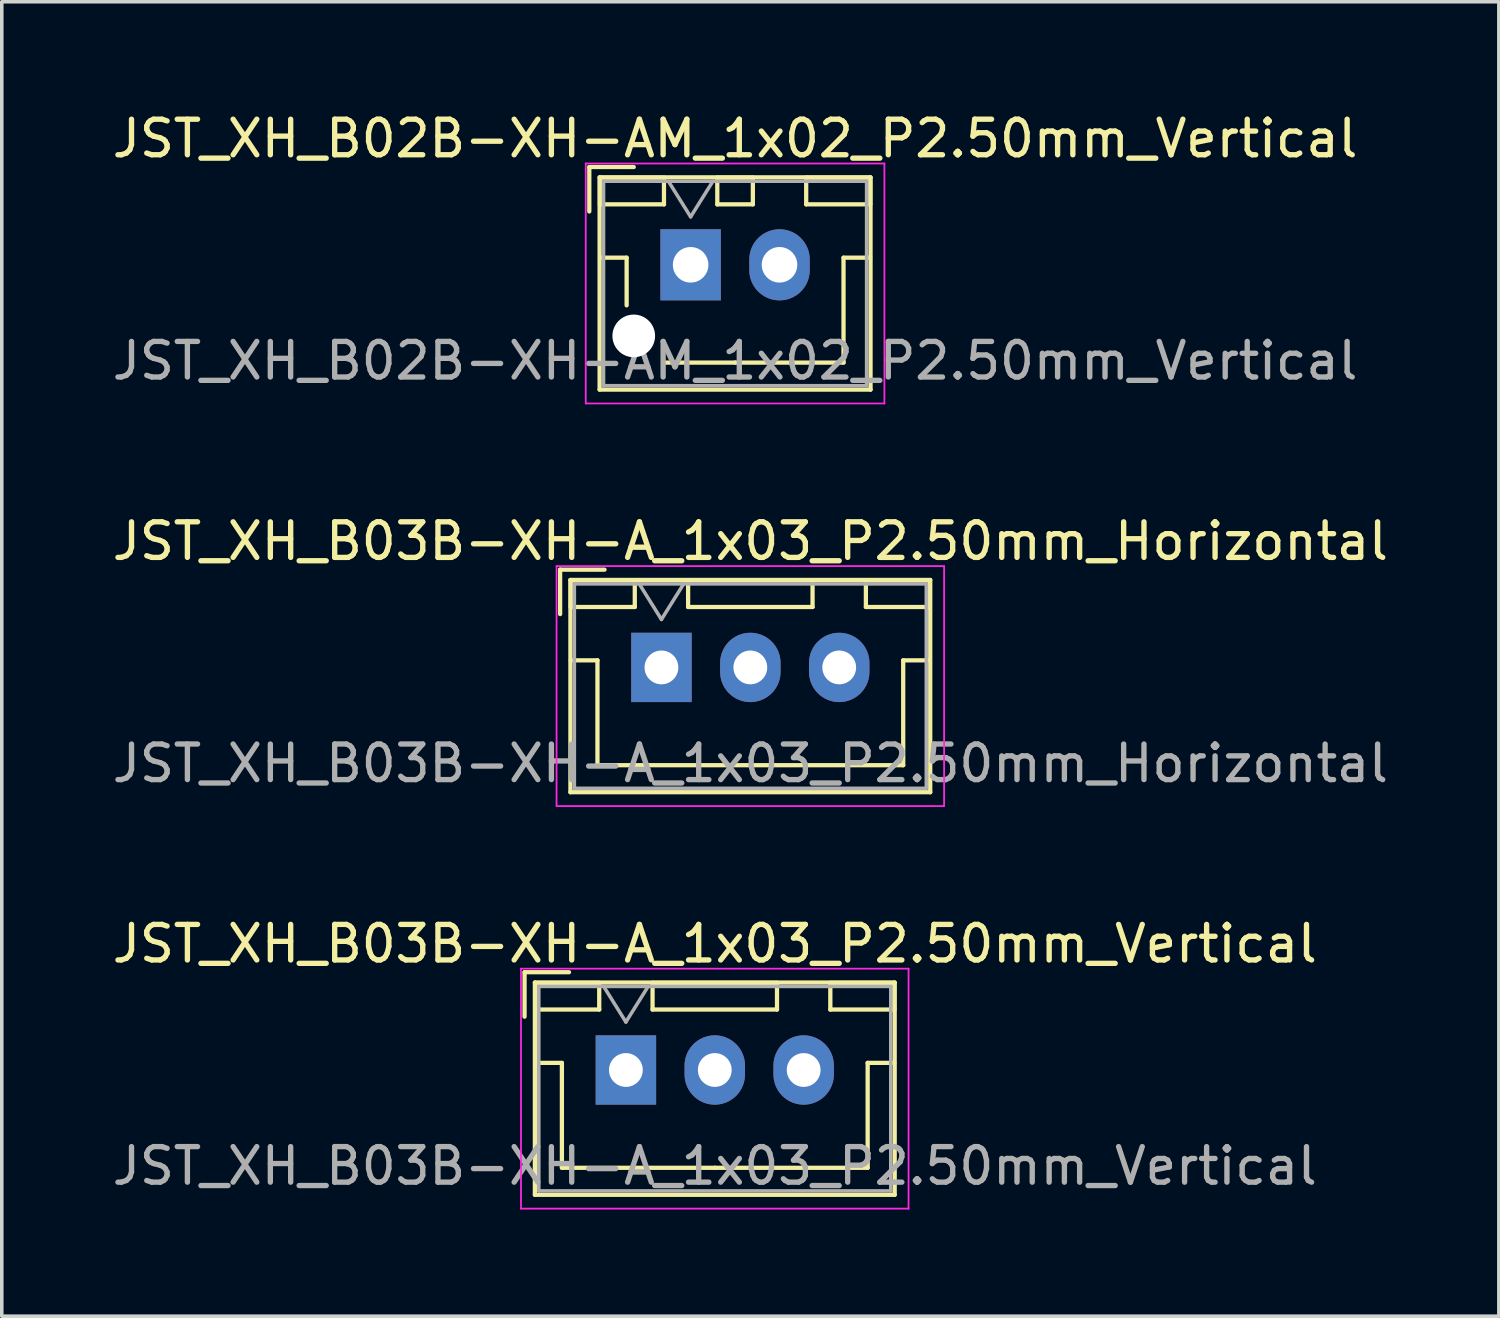
<source format=kicad_pcb>
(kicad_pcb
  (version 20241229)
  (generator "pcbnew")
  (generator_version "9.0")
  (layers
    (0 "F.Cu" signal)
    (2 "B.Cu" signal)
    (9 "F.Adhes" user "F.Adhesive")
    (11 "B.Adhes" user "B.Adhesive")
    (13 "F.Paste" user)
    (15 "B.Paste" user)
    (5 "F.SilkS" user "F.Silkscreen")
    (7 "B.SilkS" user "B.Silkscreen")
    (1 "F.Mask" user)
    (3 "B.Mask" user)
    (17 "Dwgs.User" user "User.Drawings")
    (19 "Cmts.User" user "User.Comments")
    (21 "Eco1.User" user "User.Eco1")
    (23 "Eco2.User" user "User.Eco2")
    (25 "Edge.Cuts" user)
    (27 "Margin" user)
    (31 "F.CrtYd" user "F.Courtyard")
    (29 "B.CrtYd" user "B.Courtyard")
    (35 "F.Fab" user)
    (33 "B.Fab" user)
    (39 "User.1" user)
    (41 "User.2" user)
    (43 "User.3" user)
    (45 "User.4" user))
  (footprint "JST_XH_B03B-XH-A_1x03_P2.50mm_Horizontal"
    (layer "F.Cu")
    (at 15.554 15.722)
    (property "Reference" "JST_XH_B03B-XH-A_1x03_P2.50mm_Horizontal" (at 2.5 -3.55 0) (layer "F.SilkS") (effects (font (size 1 1) (thickness 0.15))))
    (attr through_hole)
    (fp_line (start -2.85 -2.75) (end -2.85 -1.5) (stroke (width 0.12) (type solid)) (layer "F.SilkS"))
    (fp_line (start -2.56 -2.46) (end -2.56 3.51) (stroke (width 0.12) (type solid)) (layer "F.SilkS"))
    (fp_line (start -2.56 3.51) (end 7.56 3.51) (stroke (width 0.12) (type solid)) (layer "F.SilkS"))
    (fp_line (start -2.55 -2.45) (end -2.55 -1.7) (stroke (width 0.12) (type solid)) (layer "F.SilkS"))
    (fp_line (start -2.55 -1.7) (end -0.75 -1.7) (stroke (width 0.12) (type solid)) (layer "F.SilkS"))
    (fp_line (start -2.55 -0.2) (end -1.8 -0.2) (stroke (width 0.12) (type solid)) (layer "F.SilkS"))
    (fp_line (start -1.8 -0.2) (end -1.8 2.75) (stroke (width 0.12) (type solid)) (layer "F.SilkS"))
    (fp_line (start -1.8 2.75) (end 2.5 2.75) (stroke (width 0.12) (type solid)) (layer "F.SilkS"))
    (fp_line (start -1.6 -2.75) (end -2.85 -2.75) (stroke (width 0.12) (type solid)) (layer "F.SilkS"))
    (fp_line (start -0.75 -2.45) (end -2.55 -2.45) (stroke (width 0.12) (type solid)) (layer "F.SilkS"))
    (fp_line (start -0.75 -1.7) (end -0.75 -2.45) (stroke (width 0.12) (type solid)) (layer "F.SilkS"))
    (fp_line (start 0.75 -2.45) (end 0.75 -1.7) (stroke (width 0.12) (type solid)) (layer "F.SilkS"))
    (fp_line (start 0.75 -1.7) (end 4.25 -1.7) (stroke (width 0.12) (type solid)) (layer "F.SilkS"))
    (fp_line (start 4.25 -2.45) (end 0.75 -2.45) (stroke (width 0.12) (type solid)) (layer "F.SilkS"))
    (fp_line (start 4.25 -1.7) (end 4.25 -2.45) (stroke (width 0.12) (type solid)) (layer "F.SilkS"))
    (fp_line (start 5.75 -2.45) (end 5.75 -1.7) (stroke (width 0.12) (type solid)) (layer "F.SilkS"))
    (fp_line (start 5.75 -1.7) (end 7.55 -1.7) (stroke (width 0.12) (type solid)) (layer "F.SilkS"))
    (fp_line (start 6.8 -0.2) (end 6.8 2.75) (stroke (width 0.12) (type solid)) (layer "F.SilkS"))
    (fp_line (start 6.8 2.75) (end 2.5 2.75) (stroke (width 0.12) (type solid)) (layer "F.SilkS"))
    (fp_line (start 7.55 -2.45) (end 5.75 -2.45) (stroke (width 0.12) (type solid)) (layer "F.SilkS"))
    (fp_line (start 7.55 -1.7) (end 7.55 -2.45) (stroke (width 0.12) (type solid)) (layer "F.SilkS"))
    (fp_line (start 7.55 -0.2) (end 6.8 -0.2) (stroke (width 0.12) (type solid)) (layer "F.SilkS"))
    (fp_line (start 7.56 -2.46) (end -2.56 -2.46) (stroke (width 0.12) (type solid)) (layer "F.SilkS"))
    (fp_line (start 7.56 3.51) (end 7.56 -2.46) (stroke (width 0.12) (type solid)) (layer "F.SilkS"))
    (fp_line (start -2.95 -2.85) (end -2.95 3.9) (stroke (width 0.05) (type solid)) (layer "F.CrtYd"))
    (fp_line (start -2.95 3.9) (end 7.95 3.9) (stroke (width 0.05) (type solid)) (layer "F.CrtYd"))
    (fp_line (start 7.95 -2.85) (end -2.95 -2.85) (stroke (width 0.05) (type solid)) (layer "F.CrtYd"))
    (fp_line (start 7.95 3.9) (end 7.95 -2.85) (stroke (width 0.05) (type solid)) (layer "F.CrtYd"))
    (fp_line (start -2.45 -2.35) (end -2.45 3.4) (stroke (width 0.1) (type solid)) (layer "F.Fab"))
    (fp_line (start -2.45 3.4) (end 7.45 3.4) (stroke (width 0.1) (type solid)) (layer "F.Fab"))
    (fp_line (start -0.625 -2.35) (end 0 -1.35) (stroke (width 0.1) (type solid)) (layer "F.Fab"))
    (fp_line (start 0 -1.35) (end 0.625 -2.35) (stroke (width 0.1) (type solid)) (layer "F.Fab"))
    (fp_line (start 7.45 -2.35) (end -2.45 -2.35) (stroke (width 0.1) (type solid)) (layer "F.Fab"))
    (fp_line (start 7.45 3.4) (end 7.45 -2.35) (stroke (width 0.1) (type solid)) (layer "F.Fab"))
    (fp_text user "${REFERENCE}" (at 2.5 2.7 0) (layer "F.Fab") (effects (font (size 1 1) (thickness 0.15))))
    (pad "1" thru_hole rect (at 0 0) (size 1.7 1.95) (drill 0.95) (layers "*.Cu" "*.Mask"))
    (pad "2" thru_hole oval (at 2.5 0) (size 1.7 1.95) (drill 0.95) (layers "*.Cu" "*.Mask"))
    (pad "3" thru_hole oval (at 5 0) (size 1.7 1.95) (drill 0.95) (layers "*.Cu" "*.Mask")))
  (footprint "JST_XH_B02B-XH-AM_1x02_P2.50mm_Vertical"
    (layer "F.Cu")
    (at 16.375 4.398)
    (property "Reference" "JST_XH_B02B-XH-AM_1x02_P2.50mm_Vertical" (at 1.25 -3.55 0) (layer "F.SilkS") (effects (font (size 1 1) (thickness 0.15))))
    (attr through_hole)
    (fp_line (start -2.85 -2.75) (end -2.85 -1.5) (stroke (width 0.12) (type solid)) (layer "F.SilkS"))
    (fp_line (start -2.56 -2.46) (end -2.56 3.51) (stroke (width 0.12) (type solid)) (layer "F.SilkS"))
    (fp_line (start -2.56 3.51) (end 5.06 3.51) (stroke (width 0.12) (type solid)) (layer "F.SilkS"))
    (fp_line (start -2.55 -2.45) (end -2.55 -1.7) (stroke (width 0.12) (type solid)) (layer "F.SilkS"))
    (fp_line (start -2.55 -1.7) (end -0.75 -1.7) (stroke (width 0.12) (type solid)) (layer "F.SilkS"))
    (fp_line (start -2.55 -0.2) (end -1.8 -0.2) (stroke (width 0.12) (type solid)) (layer "F.SilkS"))
    (fp_line (start -1.8 -0.2) (end -1.8 1.14) (stroke (width 0.12) (type solid)) (layer "F.SilkS"))
    (fp_line (start -1.6 -2.75) (end -2.85 -2.75) (stroke (width 0.12) (type solid)) (layer "F.SilkS"))
    (fp_line (start -0.75 -2.45) (end -2.55 -2.45) (stroke (width 0.12) (type solid)) (layer "F.SilkS"))
    (fp_line (start -0.75 -1.7) (end -0.75 -2.45) (stroke (width 0.12) (type solid)) (layer "F.SilkS"))
    (fp_line (start 0.75 -2.45) (end 0.75 -1.7) (stroke (width 0.12) (type solid)) (layer "F.SilkS"))
    (fp_line (start 0.75 -1.7) (end 1.75 -1.7) (stroke (width 0.12) (type solid)) (layer "F.SilkS"))
    (fp_line (start 1.25 2.75) (end -0.74 2.75) (stroke (width 0.12) (type solid)) (layer "F.SilkS"))
    (fp_line (start 1.75 -2.45) (end 0.75 -2.45) (stroke (width 0.12) (type solid)) (layer "F.SilkS"))
    (fp_line (start 1.75 -1.7) (end 1.75 -2.45) (stroke (width 0.12) (type solid)) (layer "F.SilkS"))
    (fp_line (start 3.25 -2.45) (end 3.25 -1.7) (stroke (width 0.12) (type solid)) (layer "F.SilkS"))
    (fp_line (start 3.25 -1.7) (end 5.05 -1.7) (stroke (width 0.12) (type solid)) (layer "F.SilkS"))
    (fp_line (start 4.3 -0.2) (end 4.3 2.75) (stroke (width 0.12) (type solid)) (layer "F.SilkS"))
    (fp_line (start 4.3 2.75) (end 1.25 2.75) (stroke (width 0.12) (type solid)) (layer "F.SilkS"))
    (fp_line (start 5.05 -2.45) (end 3.25 -2.45) (stroke (width 0.12) (type solid)) (layer "F.SilkS"))
    (fp_line (start 5.05 -1.7) (end 5.05 -2.45) (stroke (width 0.12) (type solid)) (layer "F.SilkS"))
    (fp_line (start 5.05 -0.2) (end 4.3 -0.2) (stroke (width 0.12) (type solid)) (layer "F.SilkS"))
    (fp_line (start 5.06 -2.46) (end -2.56 -2.46) (stroke (width 0.12) (type solid)) (layer "F.SilkS"))
    (fp_line (start 5.06 3.51) (end 5.06 -2.46) (stroke (width 0.12) (type solid)) (layer "F.SilkS"))
    (fp_line (start -2.95 -2.85) (end -2.95 3.9) (stroke (width 0.05) (type solid)) (layer "F.CrtYd"))
    (fp_line (start -2.95 3.9) (end 5.45 3.9) (stroke (width 0.05) (type solid)) (layer "F.CrtYd"))
    (fp_line (start 5.45 -2.85) (end -2.95 -2.85) (stroke (width 0.05) (type solid)) (layer "F.CrtYd"))
    (fp_line (start 5.45 3.9) (end 5.45 -2.85) (stroke (width 0.05) (type solid)) (layer "F.CrtYd"))
    (fp_line (start -2.45 -2.35) (end -2.45 3.4) (stroke (width 0.1) (type solid)) (layer "F.Fab"))
    (fp_line (start -2.45 3.4) (end 4.95 3.4) (stroke (width 0.1) (type solid)) (layer "F.Fab"))
    (fp_line (start -0.625 -2.35) (end 0 -1.35) (stroke (width 0.1) (type solid)) (layer "F.Fab"))
    (fp_line (start 0 -1.35) (end 0.625 -2.35) (stroke (width 0.1) (type solid)) (layer "F.Fab"))
    (fp_line (start 4.95 -2.35) (end -2.45 -2.35) (stroke (width 0.1) (type solid)) (layer "F.Fab"))
    (fp_line (start 4.95 3.4) (end 4.95 -2.35) (stroke (width 0.1) (type solid)) (layer "F.Fab"))
    (fp_text user "${REFERENCE}" (at 1.25 2.7 0) (layer "F.Fab") (effects (font (size 1 1) (thickness 0.15))))
    (pad "" np_thru_hole circle (at -1.6 2) (size 1.2 1.2) (drill 1.2) (layers "*.Cu" "*.Mask"))
    (pad "1" thru_hole rect (at 0 0) (size 1.7 2) (drill 1) (layers "*.Cu" "*.Mask"))
    (pad "2" thru_hole oval (at 2.5 0) (size 1.7 2) (drill 1) (layers "*.Cu" "*.Mask")))
  (footprint "JST_XH_B03B-XH-A_1x03_P2.50mm_Vertical"
    (layer "F.Cu")
    (at 14.554 27.045)
    (property "Reference" "JST_XH_B03B-XH-A_1x03_P2.50mm_Vertical" (at 2.5 -3.55 0) (layer "F.SilkS") (effects (font (size 1 1) (thickness 0.15))))
    (attr through_hole)
    (fp_line (start -2.85 -2.75) (end -2.85 -1.5) (stroke (width 0.12) (type solid)) (layer "F.SilkS"))
    (fp_line (start -2.56 -2.46) (end -2.56 3.51) (stroke (width 0.12) (type solid)) (layer "F.SilkS"))
    (fp_line (start -2.56 3.51) (end 7.56 3.51) (stroke (width 0.12) (type solid)) (layer "F.SilkS"))
    (fp_line (start -2.55 -2.45) (end -2.55 -1.7) (stroke (width 0.12) (type solid)) (layer "F.SilkS"))
    (fp_line (start -2.55 -1.7) (end -0.75 -1.7) (stroke (width 0.12) (type solid)) (layer "F.SilkS"))
    (fp_line (start -2.55 -0.2) (end -1.8 -0.2) (stroke (width 0.12) (type solid)) (layer "F.SilkS"))
    (fp_line (start -1.8 -0.2) (end -1.8 2.75) (stroke (width 0.12) (type solid)) (layer "F.SilkS"))
    (fp_line (start -1.8 2.75) (end 2.5 2.75) (stroke (width 0.12) (type solid)) (layer "F.SilkS"))
    (fp_line (start -1.6 -2.75) (end -2.85 -2.75) (stroke (width 0.12) (type solid)) (layer "F.SilkS"))
    (fp_line (start -0.75 -2.45) (end -2.55 -2.45) (stroke (width 0.12) (type solid)) (layer "F.SilkS"))
    (fp_line (start -0.75 -1.7) (end -0.75 -2.45) (stroke (width 0.12) (type solid)) (layer "F.SilkS"))
    (fp_line (start 0.75 -2.45) (end 0.75 -1.7) (stroke (width 0.12) (type solid)) (layer "F.SilkS"))
    (fp_line (start 0.75 -1.7) (end 4.25 -1.7) (stroke (width 0.12) (type solid)) (layer "F.SilkS"))
    (fp_line (start 4.25 -2.45) (end 0.75 -2.45) (stroke (width 0.12) (type solid)) (layer "F.SilkS"))
    (fp_line (start 4.25 -1.7) (end 4.25 -2.45) (stroke (width 0.12) (type solid)) (layer "F.SilkS"))
    (fp_line (start 5.75 -2.45) (end 5.75 -1.7) (stroke (width 0.12) (type solid)) (layer "F.SilkS"))
    (fp_line (start 5.75 -1.7) (end 7.55 -1.7) (stroke (width 0.12) (type solid)) (layer "F.SilkS"))
    (fp_line (start 6.8 -0.2) (end 6.8 2.75) (stroke (width 0.12) (type solid)) (layer "F.SilkS"))
    (fp_line (start 6.8 2.75) (end 2.5 2.75) (stroke (width 0.12) (type solid)) (layer "F.SilkS"))
    (fp_line (start 7.55 -2.45) (end 5.75 -2.45) (stroke (width 0.12) (type solid)) (layer "F.SilkS"))
    (fp_line (start 7.55 -1.7) (end 7.55 -2.45) (stroke (width 0.12) (type solid)) (layer "F.SilkS"))
    (fp_line (start 7.55 -0.2) (end 6.8 -0.2) (stroke (width 0.12) (type solid)) (layer "F.SilkS"))
    (fp_line (start 7.56 -2.46) (end -2.56 -2.46) (stroke (width 0.12) (type solid)) (layer "F.SilkS"))
    (fp_line (start 7.56 3.51) (end 7.56 -2.46) (stroke (width 0.12) (type solid)) (layer "F.SilkS"))
    (fp_line (start -2.95 -2.85) (end -2.95 3.9) (stroke (width 0.05) (type solid)) (layer "F.CrtYd"))
    (fp_line (start -2.95 3.9) (end 7.95 3.9) (stroke (width 0.05) (type solid)) (layer "F.CrtYd"))
    (fp_line (start 7.95 -2.85) (end -2.95 -2.85) (stroke (width 0.05) (type solid)) (layer "F.CrtYd"))
    (fp_line (start 7.95 3.9) (end 7.95 -2.85) (stroke (width 0.05) (type solid)) (layer "F.CrtYd"))
    (fp_line (start -2.45 -2.35) (end -2.45 3.4) (stroke (width 0.1) (type solid)) (layer "F.Fab"))
    (fp_line (start -2.45 3.4) (end 7.45 3.4) (stroke (width 0.1) (type solid)) (layer "F.Fab"))
    (fp_line (start -0.625 -2.35) (end 0 -1.35) (stroke (width 0.1) (type solid)) (layer "F.Fab"))
    (fp_line (start 0 -1.35) (end 0.625 -2.35) (stroke (width 0.1) (type solid)) (layer "F.Fab"))
    (fp_line (start 7.45 -2.35) (end -2.45 -2.35) (stroke (width 0.1) (type solid)) (layer "F.Fab"))
    (fp_line (start 7.45 3.4) (end 7.45 -2.35) (stroke (width 0.1) (type solid)) (layer "F.Fab"))
    (fp_text user "${REFERENCE}" (at 2.5 2.7 0) (layer "F.Fab") (effects (font (size 1 1) (thickness 0.15))))
    (pad "1" thru_hole rect (at 0 0) (size 1.7 1.95) (drill 0.95) (layers "*.Cu" "*.Mask"))
    (pad "2" thru_hole oval (at 2.5 0) (size 1.7 1.95) (drill 0.95) (layers "*.Cu" "*.Mask"))
    (pad "3" thru_hole oval (at 5 0) (size 1.7 1.95) (drill 0.95) (layers "*.Cu" "*.Mask")))
  (gr_rect
    (start -3 -3)
    (end 39.107 33.97)
    (stroke (width 0.1) (type default))
    (fill no)
    (layer "Edge.Cuts")))
</source>
